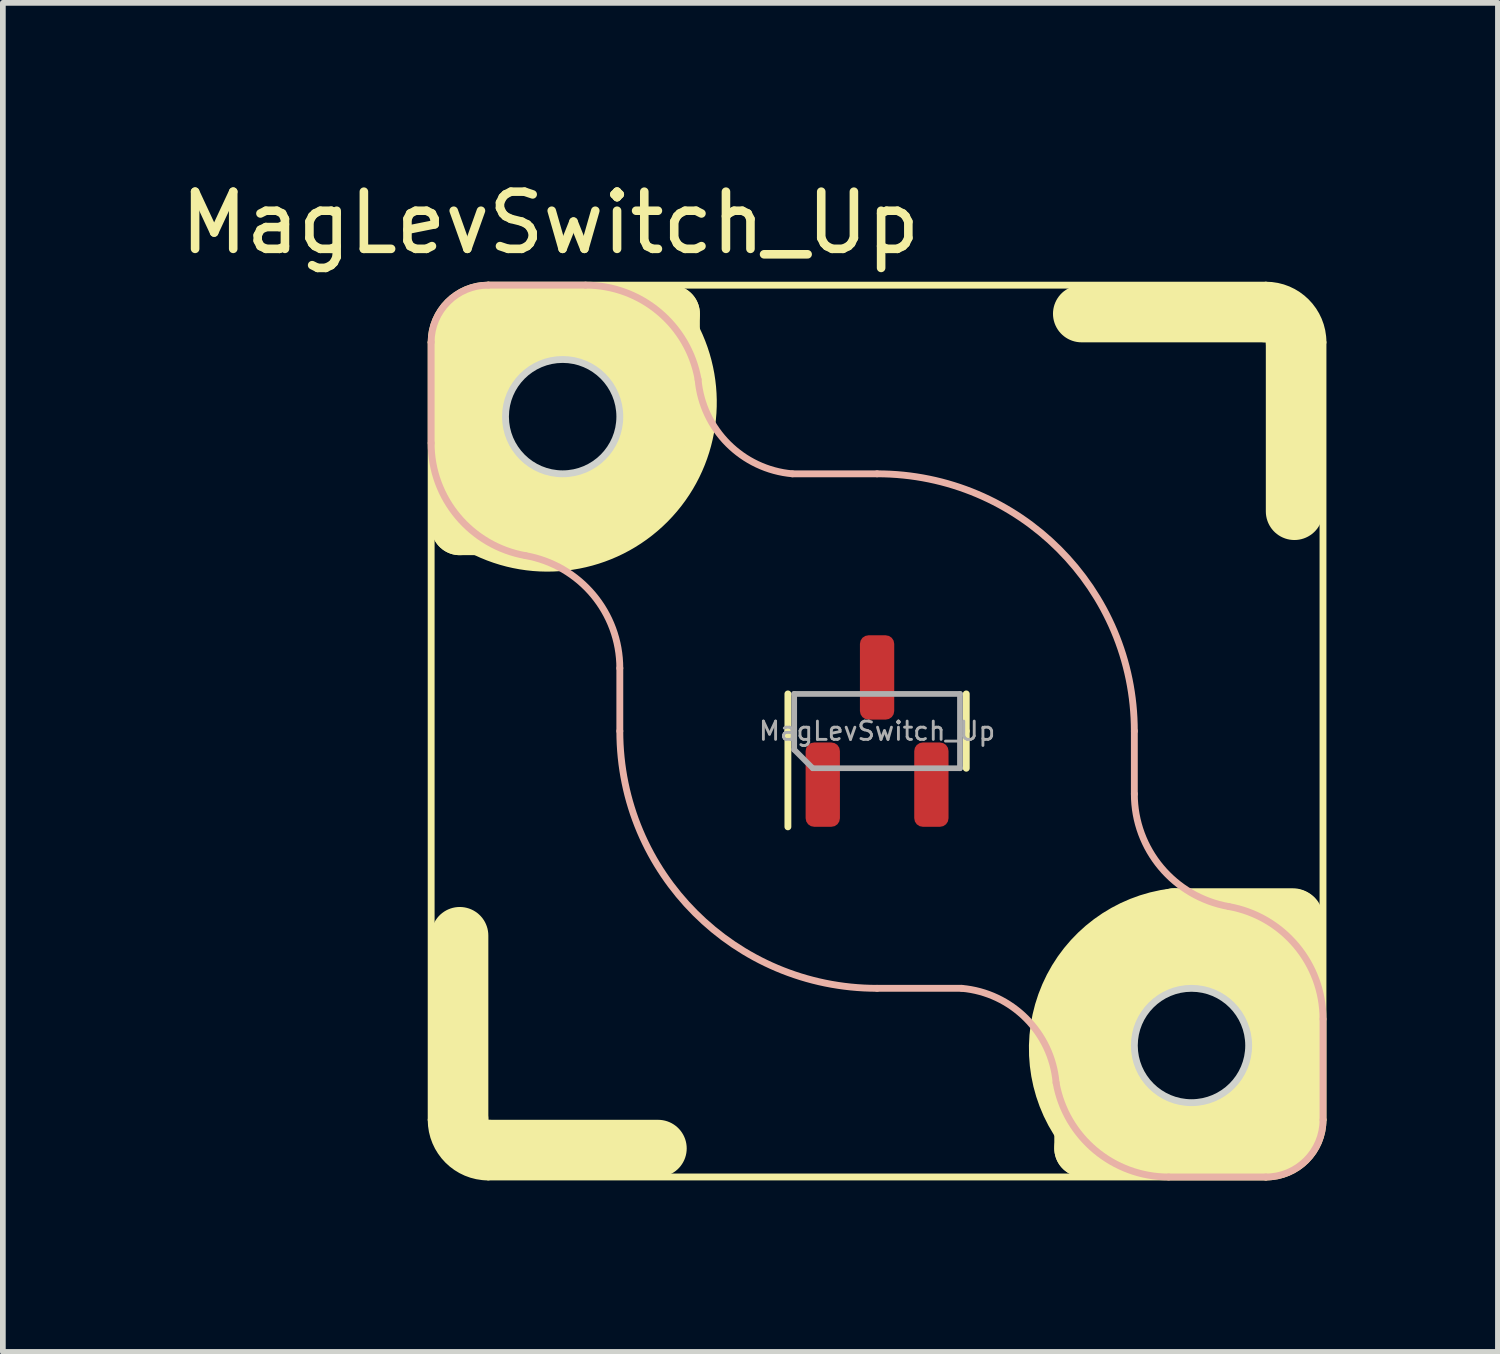
<source format=kicad_pcb>
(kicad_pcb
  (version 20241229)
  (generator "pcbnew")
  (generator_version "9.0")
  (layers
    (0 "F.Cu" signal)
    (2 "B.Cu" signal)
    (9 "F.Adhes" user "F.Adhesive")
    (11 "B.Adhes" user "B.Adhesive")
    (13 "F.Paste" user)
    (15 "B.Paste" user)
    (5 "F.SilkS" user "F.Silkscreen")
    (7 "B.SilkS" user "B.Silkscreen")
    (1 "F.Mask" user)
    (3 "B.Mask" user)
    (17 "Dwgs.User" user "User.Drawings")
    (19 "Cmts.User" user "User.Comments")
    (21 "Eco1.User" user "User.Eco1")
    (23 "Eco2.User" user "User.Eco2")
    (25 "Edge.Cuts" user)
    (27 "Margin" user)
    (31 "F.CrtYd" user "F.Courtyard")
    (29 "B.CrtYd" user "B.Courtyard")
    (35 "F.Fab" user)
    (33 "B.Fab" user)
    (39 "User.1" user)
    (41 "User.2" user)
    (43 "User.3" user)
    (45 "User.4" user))
  (footprint "MagLevSwitch_Up"
    (layer "F.Cu")
    (at 12.292 9.738)
    (property "Reference" "MagLevSwitch_Up" (at -5.715 -8.89 0) (layer "F.SilkS") (effects (font (size 1 1) (thickness 0.15))))
    (attr smd)
    (fp_line (start -7.8 6.8) (end -7.8 -6.8) (stroke (width 0.12) (type default)) (layer "F.SilkS"))
    (fp_line (start -7.3 -6.8) (end -7.3 -3.577) (stroke (width 1) (type default)) (layer "F.SilkS"))
    (fp_line (start -7.3 -3.577) (end -6.92 -3.577) (stroke (width 1) (type default)) (layer "F.SilkS"))
    (fp_line (start -7.3 3.577) (end -7.3 6.8) (stroke (width 1) (type default)) (layer "F.SilkS"))
    (fp_line (start -6.823 -7.3) (end -3.6 -7.3) (stroke (width 1) (type default)) (layer "F.SilkS"))
    (fp_line (start -6.8 -7.8) (end 6.8 -7.8) (stroke (width 0.12) (type default)) (layer "F.SilkS"))
    (fp_line (start -3.83 7.3) (end -6.8 7.3) (stroke (width 1) (type default)) (layer "F.SilkS"))
    (fp_line (start -3.6 -7.3) (end -3.6 -6.92) (stroke (width 1) (type default)) (layer "F.SilkS"))
    (fp_line (start -1.56 -0.000008) (end -1.56 -0.65) (stroke (width 0.12) (type solid)) (layer "F.SilkS"))
    (fp_line (start -1.56 -0.000008) (end -1.56 1.675) (stroke (width 0.12) (type solid)) (layer "F.SilkS"))
    (fp_line (start 1.56 -0.000008) (end 1.56 -0.65) (stroke (width 0.12) (type solid)) (layer "F.SilkS"))
    (fp_line (start 1.56 -0.000008) (end 1.56 0.65) (stroke (width 0.12) (type solid)) (layer "F.SilkS"))
    (fp_line (start 3.577 -7.3) (end 6.8 -7.3) (stroke (width 1) (type default)) (layer "F.SilkS"))
    (fp_line (start 3.6 7.3) (end 3.6 6.92) (stroke (width 1) (type default)) (layer "F.SilkS"))
    (fp_line (start 6.8 7.8) (end -6.8 7.8) (stroke (width 0.12) (type default)) (layer "F.SilkS"))
    (fp_line (start 6.823 7.3) (end 3.6 7.3) (stroke (width 1) (type default)) (layer "F.SilkS"))
    (fp_line (start 7.273 3.25) (end 5.2 3.25) (stroke (width 1) (type default)) (layer "F.SilkS"))
    (fp_line (start 7.3 -3.842) (end 7.3 -6.8) (stroke (width 1) (type default)) (layer "F.SilkS"))
    (fp_line (start 7.3 6.8) (end 7.3 3.264) (stroke (width 1) (type default)) (layer "F.SilkS"))
    (fp_line (start 7.8 -6.8) (end 7.8 6.8) (stroke (width 0.12) (type default)) (layer "F.SilkS"))
    (fp_arc (start -7.8 -6.8) (mid -7.507106 -7.507106) (end -6.8 -7.8) (stroke (width 0.12) (type default)) (layer "F.SilkS"))
    (fp_arc (start -7.3 -6.8) (mid -7.153553 -7.153553) (end -6.8 -7.3) (stroke (width 1) (type default)) (layer "F.SilkS"))
    (fp_arc (start -6.8 7.3) (mid -7.153555 7.153554) (end -7.3 6.8) (stroke (width 1) (type default)) (layer "F.SilkS"))
    (fp_arc (start -6.8 7.8) (mid -7.507108 7.507107) (end -7.8 6.8) (stroke (width 0.12) (type default)) (layer "F.SilkS"))
    (fp_arc (start -3.6 -6.92) (mid -4.018634 -4.015675) (end -6.92 -3.577) (stroke (width 1) (type default)) (layer "F.SilkS"))
    (fp_arc (start 3.6 6.92) (mid 3.349312 4.626933) (end 5.2 3.25) (stroke (width 1) (type default)) (layer "F.SilkS"))
    (fp_arc (start 6.8 -7.8) (mid 7.507107 -7.507107) (end 7.8 -6.8) (stroke (width 0.12) (type default)) (layer "F.SilkS"))
    (fp_arc (start 6.8 -7.3) (mid 7.153553 -7.153553) (end 7.3 -6.8) (stroke (width 1) (type default)) (layer "F.SilkS"))
    (fp_arc (start 7.3 6.8) (mid 7.153552 7.153551) (end 6.8 7.3) (stroke (width 1) (type default)) (layer "F.SilkS"))
    (fp_arc (start 7.8 6.8) (mid 7.507105 7.507104) (end 6.8 7.8) (stroke (width 0.12) (type default)) (layer "F.SilkS"))
    (fp_circle (center -5.5 -5.5) (end -3.9 -5.5) (stroke (width 1.2) (type default)) (fill no) (layer "F.SilkS"))
    (fp_circle (center 5.5 5.5) (end 7.1 5.5) (stroke (width 1.2) (type default)) (fill no) (layer "F.SilkS"))
    (fp_line (start -7.8 -6.8) (end -7.8 -5.038) (stroke (width 0.12) (type default)) (layer "B.SilkS"))
    (fp_line (start -6.8 -7.8) (end -5.1 -7.8) (stroke (width 0.12) (type default)) (layer "B.SilkS"))
    (fp_line (start -4.5 0) (end -4.5 -1.1) (stroke (width 0.12) (type default)) (layer "B.SilkS"))
    (fp_line (start -1.481 -4.5) (end 0 -4.5) (stroke (width 0.12) (type default)) (layer "B.SilkS"))
    (fp_line (start 1.481 4.5) (end 0 4.5) (stroke (width 0.12) (type default)) (layer "B.SilkS"))
    (fp_line (start 4.5 0) (end 4.5 1.1) (stroke (width 0.12) (type default)) (layer "B.SilkS"))
    (fp_line (start 6.8 7.8) (end 5.1 7.8) (stroke (width 0.12) (type default)) (layer "B.SilkS"))
    (fp_line (start 7.8 6.8) (end 7.8 5.038) (stroke (width 0.12) (type default)) (layer "B.SilkS"))
    (fp_arc (start -7.8 -6.8) (mid -7.507106 -7.507106) (end -6.8 -7.8) (stroke (width 0.12) (type default)) (layer "B.SilkS"))
    (fp_arc (start -6.15 -3.069) (mid -7.332841 -3.753633) (end -7.8 -5.038) (stroke (width 0.12) (type default)) (layer "B.SilkS"))
    (fp_arc (start -6.15 -3.069) (mid -4.967159 -2.384367) (end -4.5 -1.1) (stroke (width 0.12) (type default)) (layer "B.SilkS"))
    (fp_arc (start -5.1 -7.8) (mid -3.815633 -7.332842) (end -3.131 -6.15) (stroke (width 0.12) (type default)) (layer "B.SilkS"))
    (fp_arc (start -1.480999 -4.5) (mid -2.605867 -5.025132) (end -3.130999 -6.15) (stroke (width 0.12) (type default)) (layer "B.SilkS"))
    (fp_arc (start 0 -4.5) (mid 3.181981 -3.181981) (end 4.5 0) (stroke (width 0.12) (type default)) (layer "B.SilkS"))
    (fp_arc (start 0 4.5) (mid -3.181981 3.181981) (end -4.5 0) (stroke (width 0.12) (type default)) (layer "B.SilkS"))
    (fp_arc (start 1.480999 4.5) (mid 2.605866 5.025132) (end 3.130999 6.15) (stroke (width 0.12) (type default)) (layer "B.SilkS"))
    (fp_arc (start 5.1 7.8) (mid 3.815634 7.332842) (end 3.131 6.15) (stroke (width 0.12) (type default)) (layer "B.SilkS"))
    (fp_arc (start 6.15 3.069) (mid 4.967158 2.384367) (end 4.5 1.1) (stroke (width 0.12) (type default)) (layer "B.SilkS"))
    (fp_arc (start 6.15 3.069) (mid 7.332842 3.753633) (end 7.8 5.038) (stroke (width 0.12) (type default)) (layer "B.SilkS"))
    (fp_arc (start 7.8 6.8) (mid 7.507105 7.507104) (end 6.8 7.8) (stroke (width 0.12) (type default)) (layer "B.SilkS"))
    (fp_circle (center -5.5 -5.5) (end -4.5 -5.5) (stroke (width 0.12) (type default)) (fill no) (layer "Edge.Cuts"))
    (fp_circle (center 5.5 5.5) (end 6.5 5.5) (stroke (width 0.12) (type default)) (fill no) (layer "Edge.Cuts"))
    (fp_line (start -1.45 -0.65) (end 1.45 -0.65) (stroke (width 0.1) (type solid)) (layer "F.Fab"))
    (fp_line (start -1.45 0.325) (end -1.45 -0.65) (stroke (width 0.1) (type solid)) (layer "F.Fab"))
    (fp_line (start -1.125 0.65) (end -1.45 0.325) (stroke (width 0.1) (type solid)) (layer "F.Fab"))
    (fp_line (start 1.45 -0.65) (end 1.45 0.65) (stroke (width 0.1) (type solid)) (layer "F.Fab"))
    (fp_line (start 1.45 0.65) (end -1.125 0.65) (stroke (width 0.1) (type solid)) (layer "F.Fab"))
    (fp_text user "${REFERENCE}" (at 0.000004 -0.000004 180) (layer "F.Fab") (effects (font (size 0.32 0.32) (thickness 0.05))))
    (pad "1" smd roundrect (at -0.95 0.937 90) (size 1.475 0.6) (layers "F.Cu" "F.Mask" "F.Paste") (roundrect_rratio 0.25))
    (pad "2" smd roundrect (at 0.95 0.937 90) (size 1.475 0.6) (layers "F.Cu" "F.Mask" "F.Paste") (roundrect_rratio 0.25))
    (pad "3" smd roundrect (at 0.000004 -0.938 90) (size 1.475 0.6) (layers "F.Cu" "F.Mask" "F.Paste") (roundrect_rratio 0.25)))
  (gr_rect
    (start -3 -3)
    (end 23.152 20.598)
    (stroke (width 0.1) (type default))
    (fill no)
    (layer "Edge.Cuts")))
</source>
